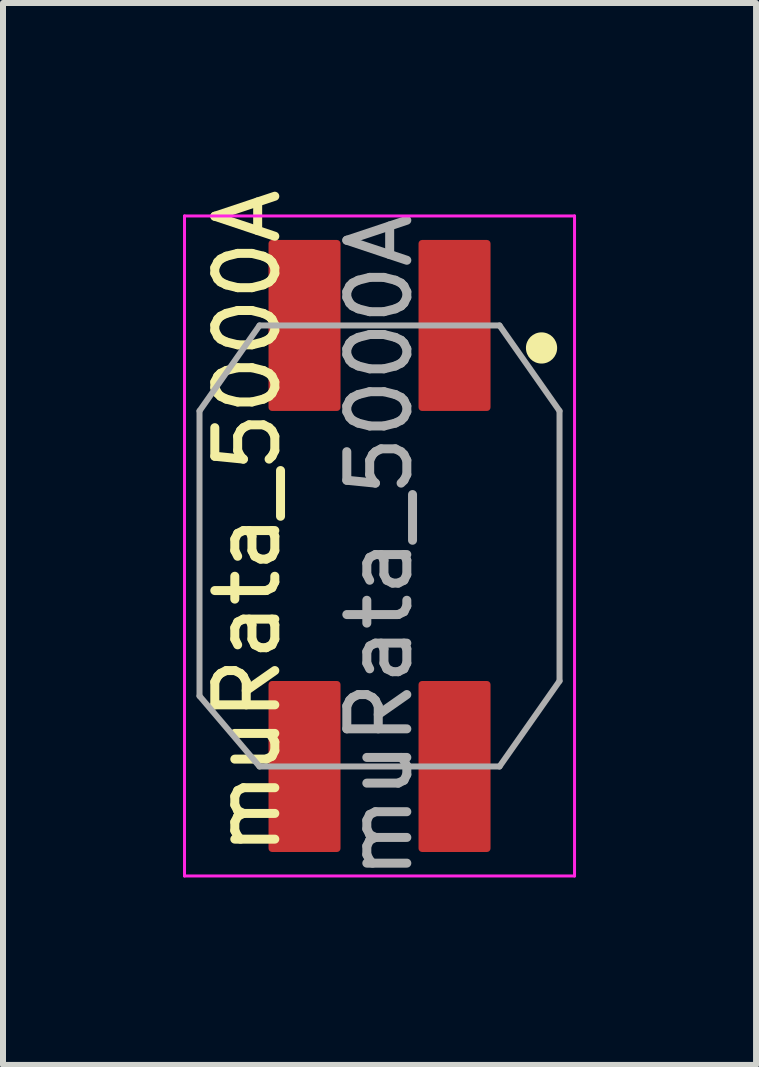
<source format=kicad_pcb>
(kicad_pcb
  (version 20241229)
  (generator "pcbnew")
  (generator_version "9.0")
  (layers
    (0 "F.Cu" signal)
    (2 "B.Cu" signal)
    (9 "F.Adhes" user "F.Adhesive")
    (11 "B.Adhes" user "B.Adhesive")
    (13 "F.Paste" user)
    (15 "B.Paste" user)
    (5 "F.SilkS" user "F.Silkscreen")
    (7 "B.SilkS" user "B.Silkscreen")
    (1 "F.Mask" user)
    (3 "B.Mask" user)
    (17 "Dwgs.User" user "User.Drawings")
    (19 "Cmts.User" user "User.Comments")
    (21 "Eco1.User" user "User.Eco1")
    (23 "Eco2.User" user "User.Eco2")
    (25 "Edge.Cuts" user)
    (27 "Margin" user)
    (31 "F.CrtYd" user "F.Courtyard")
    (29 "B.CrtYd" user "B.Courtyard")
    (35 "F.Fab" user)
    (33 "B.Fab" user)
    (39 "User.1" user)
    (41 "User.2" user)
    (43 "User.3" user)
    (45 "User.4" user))
  (footprint "muRata_5000A"
    (layer "F.Cu")
    (at 3.275 6.049)
    (property "Reference" "muRata_5000A" (at -2.2 -0.4 90) (layer "F.SilkS") (effects (font (size 1 1) (thickness 0.15))))
    (attr smd)
    (fp_circle (center 2.7 -3.3) (end 2.9 -3.3) (stroke (width 0.12) (type solid)) (fill yes) (layer "F.SilkS"))
    (fp_line (start -3.25 -5.5) (end 3.25 -5.5) (stroke (width 0.05) (type solid)) (layer "F.CrtYd"))
    (fp_line (start -3.25 5.5) (end -3.25 -5.5) (stroke (width 0.05) (type solid)) (layer "F.CrtYd"))
    (fp_line (start -3.25 5.5) (end 3.25 5.5) (stroke (width 0.05) (type solid)) (layer "F.CrtYd"))
    (fp_line (start 3.25 5.5) (end 3.25 -5.5) (stroke (width 0.05) (type solid)) (layer "F.CrtYd"))
    (fp_line (start -3 -2.25) (end -3 2.5) (stroke (width 0.1) (type solid)) (layer "F.Fab"))
    (fp_line (start -2 -3.675) (end -3 -2.25) (stroke (width 0.1) (type default)) (layer "F.Fab"))
    (fp_line (start -2 -3.675) (end 2 -3.675) (stroke (width 0.1) (type solid)) (layer "F.Fab"))
    (fp_line (start -2 3.675) (end -3 2.5) (stroke (width 0.1) (type default)) (layer "F.Fab"))
    (fp_line (start -2 3.675) (end 2 3.675) (stroke (width 0.1) (type solid)) (layer "F.Fab"))
    (fp_line (start 2 -3.675) (end 3 -2.25) (stroke (width 0.1) (type default)) (layer "F.Fab"))
    (fp_line (start 3 -2.25) (end 3 2.25) (stroke (width 0.1) (type solid)) (layer "F.Fab"))
    (fp_line (start 3 2.25) (end 2 3.675) (stroke (width 0.1) (type default)) (layer "F.Fab"))
    (fp_text user "${REFERENCE}" (at 0 0 90) (layer "F.Fab") (effects (font (size 1 1) (thickness 0.15))))
    (pad "1" smd roundrect (at 1.25 -3.675) (size 1.2 2.85) (layers "F.Cu" "F.Mask" "F.Paste") (roundrect_rratio 0.05))
    (pad "2" smd roundrect (at 1.25 3.675) (size 1.2 2.85) (layers "F.Cu" "F.Mask" "F.Paste") (roundrect_rratio 0.05))
    (pad "3" smd roundrect (at -1.25 3.675) (size 1.2 2.85) (layers "F.Cu" "F.Mask" "F.Paste") (roundrect_rratio 0.05))
    (pad "4" smd roundrect (at -1.25 -3.675) (size 1.2 2.85) (layers "F.Cu" "F.Mask" "F.Paste") (roundrect_rratio 0.05)))
  (gr_rect
    (start -3 -3)
    (end 9.55 14.698)
    (stroke (width 0.1) (type default))
    (fill no)
    (layer "Edge.Cuts")))
</source>
